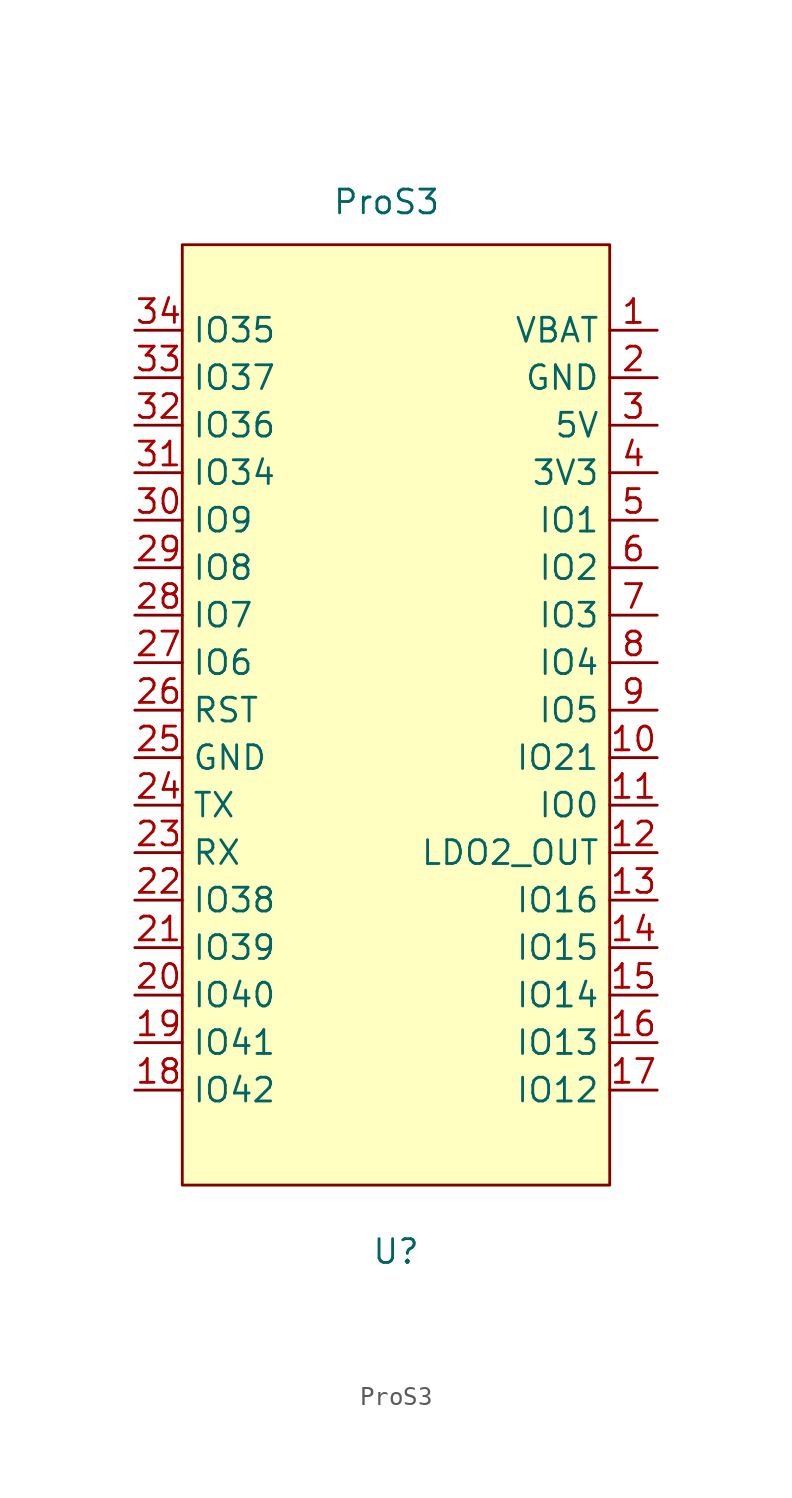
<source format=kicad_sym>
(kicad_symbol_lib
  (version 20220914)
  (generator kicad_symbol_editor)
  (symbol "ProS3"
    (property "Reference" "U"
      (at 0 -28.956 0)
      (effects (font (size 1.27 1.27))))
    (property "Value" "ProS3"
      (at -0.508 27.178 0)
      (effects (font (size 1.27 1.27))))
    (symbol "ProS3_1_1"
      (rectangle (start -11.43 24.892) (end 11.43 -25.4) (stroke (width 0.152) (type default)) (fill (type background)))
      (pin power_in line (at 13.97 20.32 180) (length 2.54) (name "VBAT" (effects (font (size 1.27 1.27)))) (number "1" (effects (font (size 1.27 1.27)))))
      (pin bidirectional line (at 13.97 -2.54 180) (length 2.54) (name "IO21" (effects (font (size 1.27 1.27)))) (number "10" (effects (font (size 1.27 1.27)))))
      (pin bidirectional line (at 13.97 -5.08 180) (length 2.54) (name "IO0" (effects (font (size 1.27 1.27)))) (number "11" (effects (font (size 1.27 1.27)))))
      (pin power_out line (at 13.97 -7.62 180) (length 2.54) (name "LDO2_OUT" (effects (font (size 1.27 1.27)))) (number "12" (effects (font (size 1.27 1.27)))))
      (pin bidirectional line (at 13.97 -10.16 180) (length 2.54) (name "IO16" (effects (font (size 1.27 1.27)))) (number "13" (effects (font (size 1.27 1.27)))))
      (pin bidirectional line (at 13.97 -12.7 180) (length 2.54) (name "IO15" (effects (font (size 1.27 1.27)))) (number "14" (effects (font (size 1.27 1.27)))))
      (pin bidirectional line (at 13.97 -15.24 180) (length 2.54) (name "IO14" (effects (font (size 1.27 1.27)))) (number "15" (effects (font (size 1.27 1.27)))))
      (pin bidirectional line (at 13.97 -17.78 180) (length 2.54) (name "IO13" (effects (font (size 1.27 1.27)))) (number "16" (effects (font (size 1.27 1.27)))))
      (pin bidirectional line (at 13.97 -20.32 180) (length 2.54) (name "IO12" (effects (font (size 1.27 1.27)))) (number "17" (effects (font (size 1.27 1.27)))))
      (pin bidirectional line (at -13.97 -20.32 0) (length 2.54) (name "IO42" (effects (font (size 1.27 1.27)))) (number "18" (effects (font (size 1.27 1.27)))))
      (pin bidirectional line (at -13.97 -17.78 0) (length 2.54) (name "IO41" (effects (font (size 1.27 1.27)))) (number "19" (effects (font (size 1.27 1.27)))))
      (pin power_in line (at 13.97 17.78 180) (length 2.54) (name "GND" (effects (font (size 1.27 1.27)))) (number "2" (effects (font (size 1.27 1.27)))))
      (pin bidirectional line (at -13.97 -15.24 0) (length 2.54) (name "IO40" (effects (font (size 1.27 1.27)))) (number "20" (effects (font (size 1.27 1.27)))))
      (pin bidirectional line (at -13.97 -12.7 0) (length 2.54) (name "IO39" (effects (font (size 1.27 1.27)))) (number "21" (effects (font (size 1.27 1.27)))))
      (pin bidirectional line (at -13.97 -10.16 0) (length 2.54) (name "IO38" (effects (font (size 1.27 1.27)))) (number "22" (effects (font (size 1.27 1.27)))))
      (pin bidirectional line (at -13.97 -7.62 0) (length 2.54) (name "RX" (effects (font (size 1.27 1.27)))) (number "23" (effects (font (size 1.27 1.27)))))
      (pin bidirectional line (at -13.97 -5.08 0) (length 2.54) (name "TX" (effects (font (size 1.27 1.27)))) (number "24" (effects (font (size 1.27 1.27)))))
      (pin power_in line (at -13.97 -2.54 0) (length 2.54) (name "GND" (effects (font (size 1.27 1.27)))) (number "25" (effects (font (size 1.27 1.27)))))
      (pin input line (at -13.97 0 0) (length 2.54) (name "RST" (effects (font (size 1.27 1.27)))) (number "26" (effects (font (size 1.27 1.27)))))
      (pin bidirectional line (at -13.97 2.54 0) (length 2.54) (name "IO6" (effects (font (size 1.27 1.27)))) (number "27" (effects (font (size 1.27 1.27)))))
      (pin bidirectional line (at -13.97 5.08 0) (length 2.54) (name "IO7" (effects (font (size 1.27 1.27)))) (number "28" (effects (font (size 1.27 1.27)))))
      (pin bidirectional line (at -13.97 7.62 0) (length 2.54) (name "IO8" (effects (font (size 1.27 1.27)))) (number "29" (effects (font (size 1.27 1.27)))))
      (pin power_in line (at 13.97 15.24 180) (length 2.54) (name "5V" (effects (font (size 1.27 1.27)))) (number "3" (effects (font (size 1.27 1.27)))))
      (pin bidirectional line (at -13.97 10.16 0) (length 2.54) (name "IO9" (effects (font (size 1.27 1.27)))) (number "30" (effects (font (size 1.27 1.27)))))
      (pin bidirectional line (at -13.97 12.7 0) (length 2.54) (name "IO34" (effects (font (size 1.27 1.27)))) (number "31" (effects (font (size 1.27 1.27)))))
      (pin bidirectional line (at -13.97 15.24 0) (length 2.54) (name "IO36" (effects (font (size 1.27 1.27)))) (number "32" (effects (font (size 1.27 1.27)))))
      (pin bidirectional line (at -13.97 17.78 0) (length 2.54) (name "IO37" (effects (font (size 1.27 1.27)))) (number "33" (effects (font (size 1.27 1.27)))))
      (pin bidirectional line (at -13.97 20.32 0) (length 2.54) (name "IO35" (effects (font (size 1.27 1.27)))) (number "34" (effects (font (size 1.27 1.27)))))
      (pin power_in line (at 13.97 12.7 180) (length 2.54) (name "3V3" (effects (font (size 1.27 1.27)))) (number "4" (effects (font (size 1.27 1.27)))))
      (pin bidirectional line (at 13.97 10.16 180) (length 2.54) (name "IO1" (effects (font (size 1.27 1.27)))) (number "5" (effects (font (size 1.27 1.27)))))
      (pin bidirectional line (at 13.97 7.62 180) (length 2.54) (name "IO2" (effects (font (size 1.27 1.27)))) (number "6" (effects (font (size 1.27 1.27)))))
      (pin bidirectional line (at 13.97 5.08 180) (length 2.54) (name "IO3" (effects (font (size 1.27 1.27)))) (number "7" (effects (font (size 1.27 1.27)))))
      (pin bidirectional line (at 13.97 2.54 180) (length 2.54) (name "IO4" (effects (font (size 1.27 1.27)))) (number "8" (effects (font (size 1.27 1.27)))))
      (pin bidirectional line (at 13.97 0 180) (length 2.54) (name "IO5" (effects (font (size 1.27 1.27)))) (number "9" (effects (font (size 1.27 1.27))))))))
</source>
